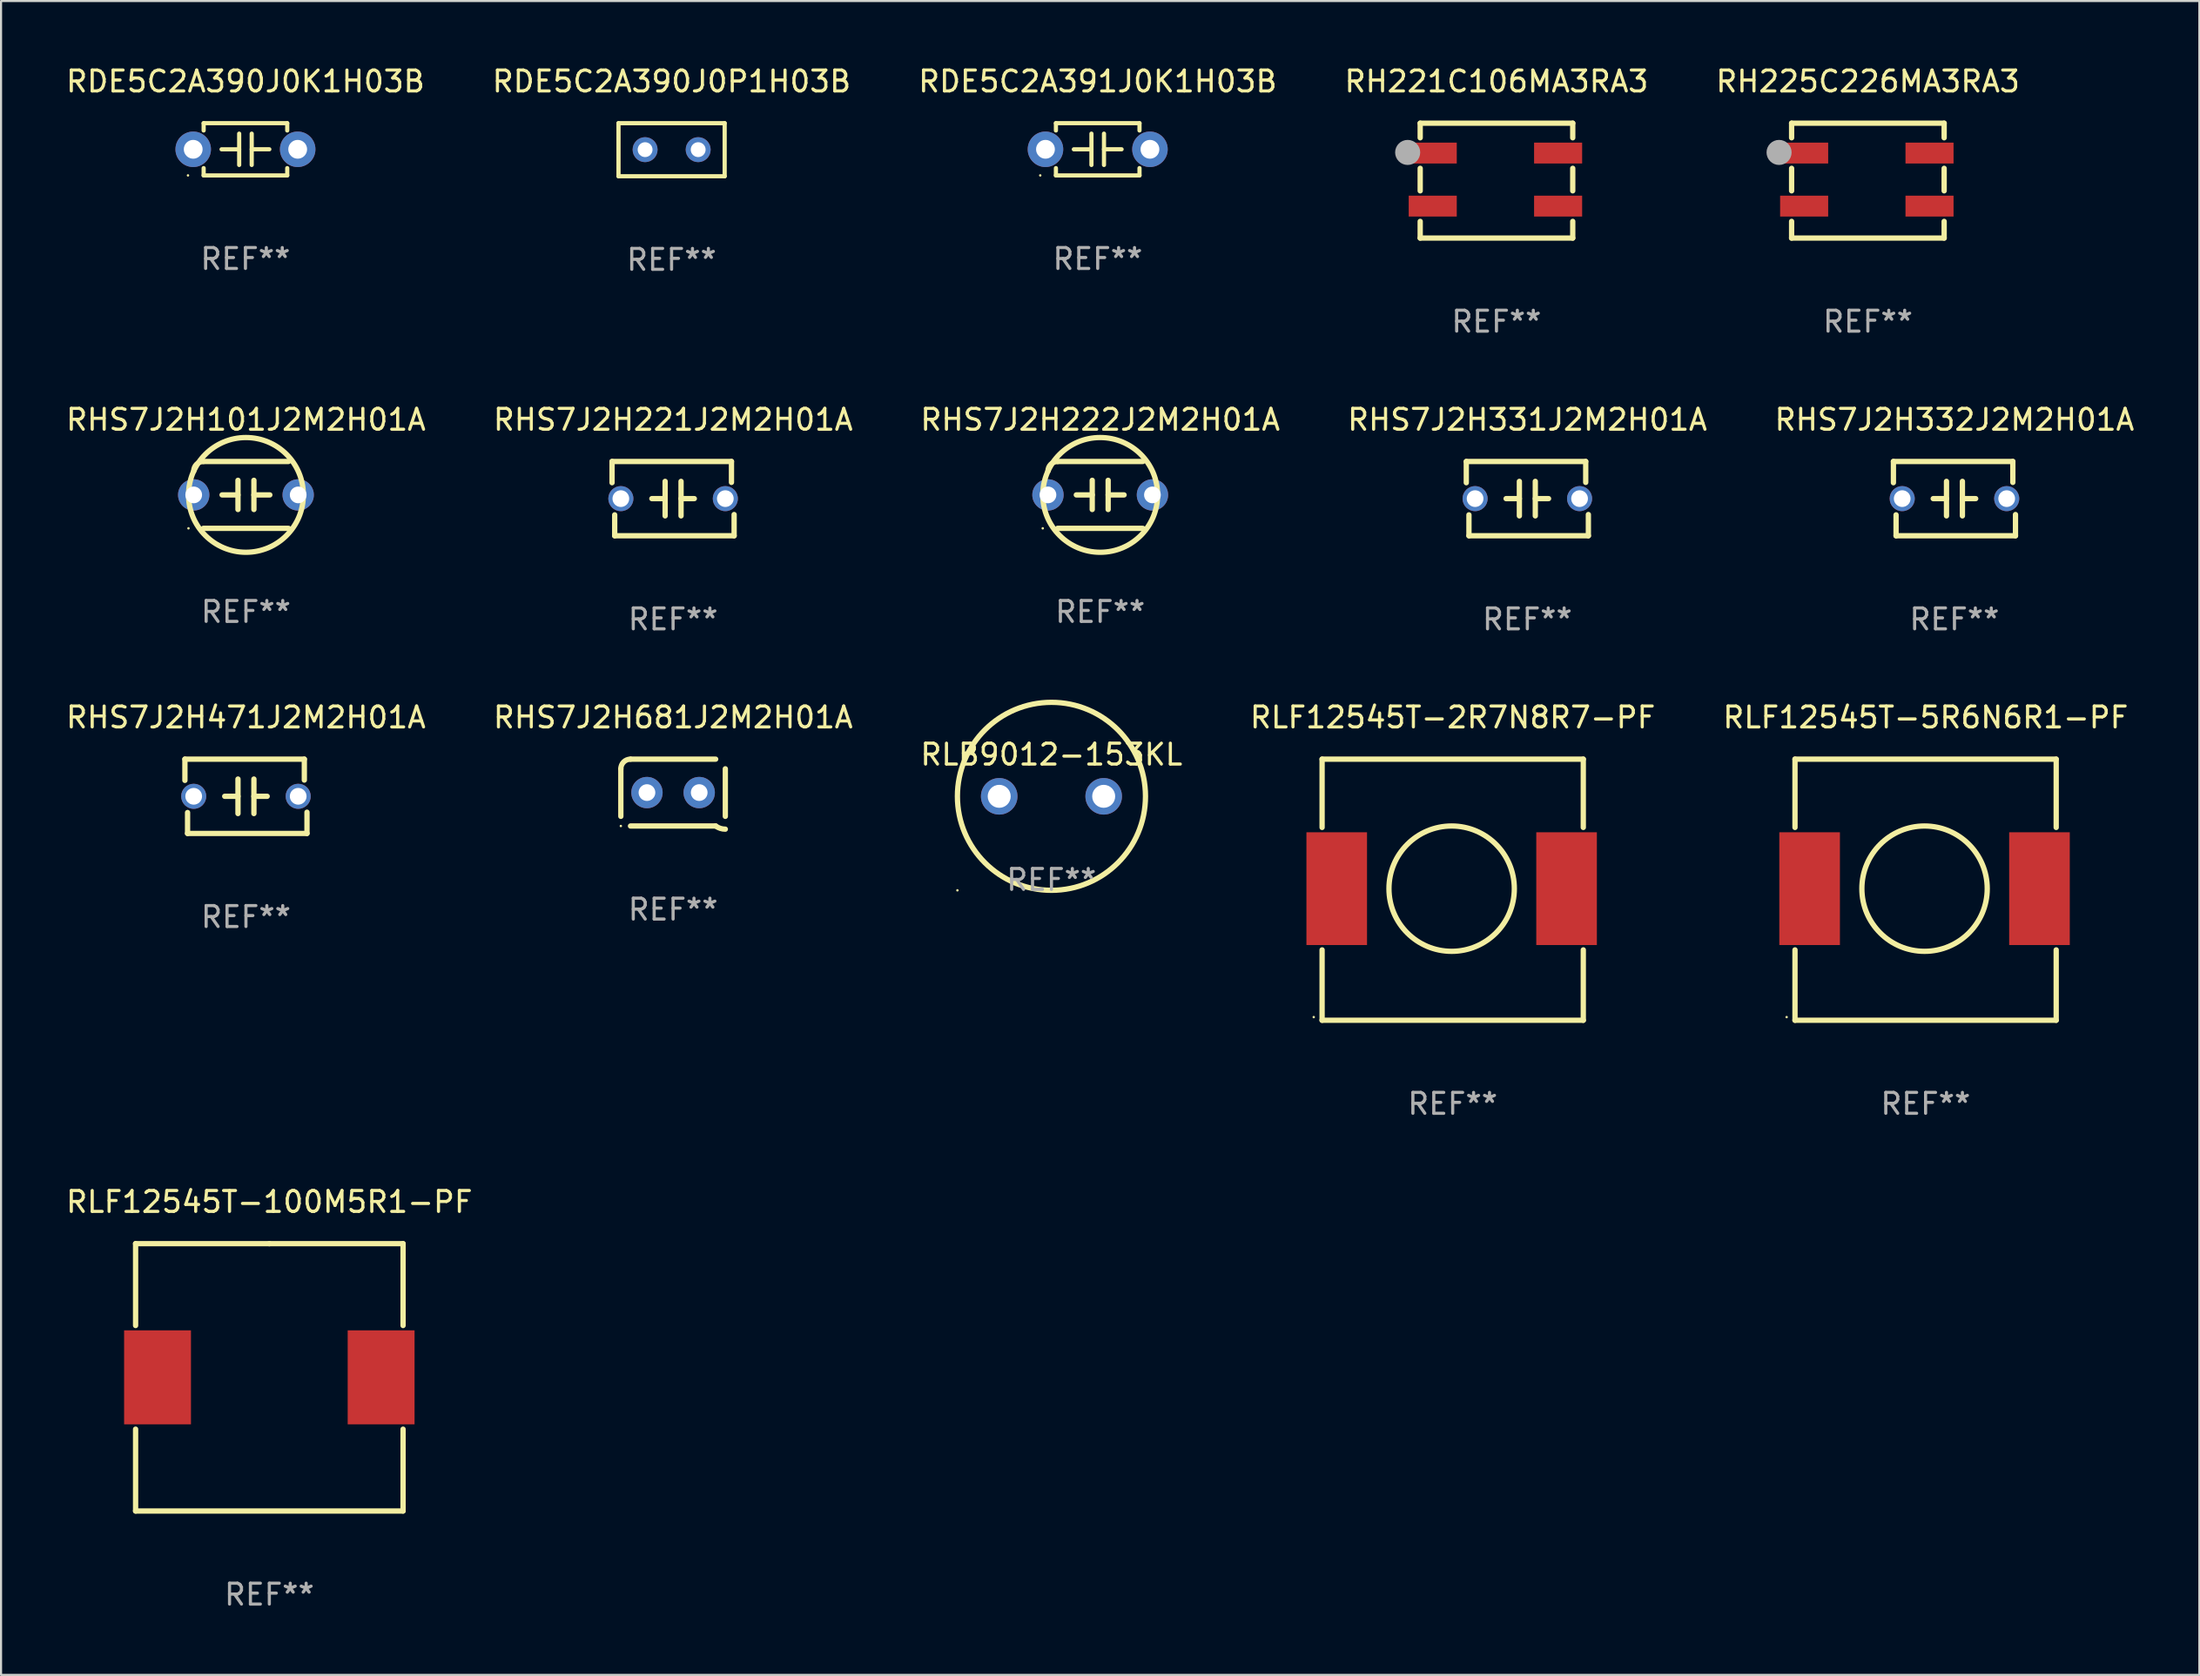
<source format=kicad_pcb>
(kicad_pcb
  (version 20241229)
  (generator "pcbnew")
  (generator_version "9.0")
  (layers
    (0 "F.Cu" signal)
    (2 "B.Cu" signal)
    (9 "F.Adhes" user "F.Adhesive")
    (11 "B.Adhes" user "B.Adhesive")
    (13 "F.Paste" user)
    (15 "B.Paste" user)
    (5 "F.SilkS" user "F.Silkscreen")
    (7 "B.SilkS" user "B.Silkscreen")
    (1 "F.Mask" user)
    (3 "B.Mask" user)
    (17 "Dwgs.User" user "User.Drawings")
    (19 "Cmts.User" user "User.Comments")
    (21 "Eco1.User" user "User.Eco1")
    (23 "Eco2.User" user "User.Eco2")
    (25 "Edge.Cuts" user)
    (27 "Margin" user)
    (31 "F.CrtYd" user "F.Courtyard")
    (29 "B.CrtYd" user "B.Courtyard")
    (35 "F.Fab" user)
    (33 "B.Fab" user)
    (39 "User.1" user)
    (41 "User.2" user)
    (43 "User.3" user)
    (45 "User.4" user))
  (footprint "RHS7J2H332J2M2H01A"
    (layer "F.Cu")
    (at 90.482 20.823)
    (property "Reference" "RHS7J2H332J2M2H01A" (at 0 -3.778 0) (layer "F.SilkS") (effects (font (size 1 1) (thickness 0.15))))
    (attr through_hole)
    (fp_line (start -2.921 -1.778) (end 2.794 -1.778) (stroke (width 0.254) (type solid)) (layer "F.SilkS"))
    (fp_line (start -2.921 -0.762) (end -2.921 -1.778) (stroke (width 0.254) (type solid)) (layer "F.SilkS"))
    (fp_line (start -2.794 1.778) (end -2.794 0.777) (stroke (width 0.254) (type solid)) (layer "F.SilkS"))
    (fp_line (start -0.381 0.000025) (end -1.016 0.000025) (stroke (width 0.254) (type solid)) (layer "F.SilkS"))
    (fp_line (start -0.381 0.826) (end -0.381 -0.826) (stroke (width 0.254) (type solid)) (layer "F.SilkS"))
    (fp_line (start 0.381 -0.826) (end 0.381 0.826) (stroke (width 0.254) (type solid)) (layer "F.SilkS"))
    (fp_line (start 0.381 -0.000025) (end 1.016 -0.000025) (stroke (width 0.254) (type solid)) (layer "F.SilkS"))
    (fp_line (start 2.794 -1.778) (end 2.794 -0.777) (stroke (width 0.254) (type solid)) (layer "F.SilkS"))
    (fp_line (start 2.921 0.762) (end 2.921 1.778) (stroke (width 0.254) (type solid)) (layer "F.SilkS"))
    (fp_line (start 2.921 1.778) (end -2.794 1.778) (stroke (width 0.254) (type solid)) (layer "F.SilkS"))
    (fp_circle (center -2.75 1.65) (end -2.72 1.65) (stroke (width 0.06) (type solid)) (fill no) (layer "F.SilkS"))
    (fp_text user "REF**" (at 0 5.778 0) (layer "F.Fab") (effects (font (size 1 1) (thickness 0.15))))
    (pad "1" thru_hole circle (at -2.5 0) (size 1.2 1.2) (drill 0.8) (layers "*.Cu" "*.Mask"))
    (pad "2" thru_hole circle (at 2.5 0) (size 1.2 1.2) (drill 0.8) (layers "*.Cu" "*.Mask")))
  (footprint "RHS7J2H471J2M2H01A"
    (layer "F.Cu")
    (at 8.72 35.075)
    (property "Reference" "RHS7J2H471J2M2H01A" (at 0 -3.778 0) (layer "F.SilkS") (effects (font (size 1 1) (thickness 0.15))))
    (attr through_hole)
    (fp_line (start -2.921 -1.778) (end 2.794 -1.778) (stroke (width 0.254) (type solid)) (layer "F.SilkS"))
    (fp_line (start -2.921 -0.762) (end -2.921 -1.778) (stroke (width 0.254) (type solid)) (layer "F.SilkS"))
    (fp_line (start -2.794 1.778) (end -2.794 0.777) (stroke (width 0.254) (type solid)) (layer "F.SilkS"))
    (fp_line (start -0.381 0.000025) (end -1.016 0.000025) (stroke (width 0.254) (type solid)) (layer "F.SilkS"))
    (fp_line (start -0.381 0.826) (end -0.381 -0.826) (stroke (width 0.254) (type solid)) (layer "F.SilkS"))
    (fp_line (start 0.381 -0.826) (end 0.381 0.826) (stroke (width 0.254) (type solid)) (layer "F.SilkS"))
    (fp_line (start 0.381 -0.000025) (end 1.016 -0.000025) (stroke (width 0.254) (type solid)) (layer "F.SilkS"))
    (fp_line (start 2.794 -1.778) (end 2.794 -0.777) (stroke (width 0.254) (type solid)) (layer "F.SilkS"))
    (fp_line (start 2.921 0.762) (end 2.921 1.778) (stroke (width 0.254) (type solid)) (layer "F.SilkS"))
    (fp_line (start 2.921 1.778) (end -2.794 1.778) (stroke (width 0.254) (type solid)) (layer "F.SilkS"))
    (fp_circle (center -2.75 1.65) (end -2.72 1.65) (stroke (width 0.06) (type solid)) (fill no) (layer "F.SilkS"))
    (fp_text user "REF**" (at 0 5.778 0) (layer "F.Fab") (effects (font (size 1 1) (thickness 0.15))))
    (pad "1" thru_hole circle (at -2.5 0) (size 1.2 1.2) (drill 0.8) (layers "*.Cu" "*.Mask"))
    (pad "2" thru_hole circle (at 2.5 0) (size 1.2 1.2) (drill 0.8) (layers "*.Cu" "*.Mask")))
  (footprint "RHS7J2H681J2M2H01A"
    (layer "F.Cu")
    (at 29.161 34.897)
    (property "Reference" "RHS7J2H681J2M2H01A" (at 0 -3.6 0) (layer "F.SilkS") (effects (font (size 1 1) (thickness 0.15))))
    (attr through_hole)
    (fp_line (start -2.5 1.138) (end -2.5 -1.138) (stroke (width 0.254) (type solid)) (layer "F.SilkS"))
    (fp_line (start -2.038 1.6) (end 2.038 1.6) (stroke (width 0.254) (type solid)) (layer "F.SilkS"))
    (fp_line (start 2.038 -1.6) (end -2.038 -1.6) (stroke (width 0.254) (type solid)) (layer "F.SilkS"))
    (fp_line (start 2.5 -1.138) (end 2.5 1.138) (stroke (width 0.254) (type solid)) (layer "F.SilkS"))
    (fp_arc (start -2.5 -1.137744) (mid -2.364601 -1.464626) (end -2.037719 -1.600025) (stroke (width 0.254001) (type solid)) (layer "F.SilkS"))
    (fp_arc (start -2.5 1.137719) (mid 2.500022 -1.137741) (end -2.5 1.137719) (stroke (width 0.254001) (type solid)) (layer "F.SilkS"))
    (fp_arc (start 2.5 1.751767) (mid 2.256726 1.712861) (end 2.037719 1.600025) (stroke (width 0.254001) (type solid)) (layer "F.SilkS"))
    (fp_circle (center -2.5 1.6) (end -2.47 1.6) (stroke (width 0.06) (type solid)) (fill no) (layer "F.SilkS"))
    (fp_text user "REF**" (at 0 5.6 0) (layer "F.Fab") (effects (font (size 1 1) (thickness 0.15))))
    (pad "1" thru_hole circle (at -1.25 -0.000076) (size 1.5 1.5) (drill 0.8) (layers "*.Cu" "*.Mask"))
    (pad "2" thru_hole circle (at 1.25 -0.000076) (size 1.5 1.5) (drill 0.8) (layers "*.Cu" "*.Mask")))
  (footprint "RH225C226MA3RA3"
    (layer "F.Cu")
    (at 86.339 5.598)
    (property "Reference" "RH225C226MA3RA3" (at 0 -4.75 0) (layer "F.SilkS") (effects (font (size 1 1) (thickness 0.15))))
    (attr through_hole)
    (fp_line (start -3.65 -2.75) (end -3.65 -2.051) (stroke (width 0.254) (type solid)) (layer "F.SilkS"))
    (fp_line (start -3.65 -0.589) (end -3.65 0.489) (stroke (width 0.254) (type solid)) (layer "F.SilkS"))
    (fp_line (start -3.65 1.951) (end -3.65 2.75) (stroke (width 0.254) (type solid)) (layer "F.SilkS"))
    (fp_line (start -3.65 2.75) (end 3.65 2.75) (stroke (width 0.254) (type solid)) (layer "F.SilkS"))
    (fp_line (start 3.65 -2.75) (end -3.65 -2.75) (stroke (width 0.254) (type solid)) (layer "F.SilkS"))
    (fp_line (start 3.65 -2.051) (end 3.65 -2.75) (stroke (width 0.254) (type solid)) (layer "F.SilkS"))
    (fp_line (start 3.65 0.489) (end 3.65 -0.589) (stroke (width 0.254) (type solid)) (layer "F.SilkS"))
    (fp_line (start 3.65 2.75) (end 3.65 1.951) (stroke (width 0.254) (type solid)) (layer "F.SilkS"))
    (fp_circle (center -3.65 -2.75) (end -3.62 -2.75) (stroke (width 0.06) (type solid)) (fill no) (layer "F.SilkS"))
    (fp_circle (center -4.25 -1.35) (end -3.95 -1.35) (stroke (width 0.6) (type solid)) (fill no) (layer "F.Fab"))
    (fp_text user "REF**" (at 0 6.75 0) (layer "F.Fab") (effects (font (size 1 1) (thickness 0.15))))
    (pad "1" smd rect (at -3.05 -1.32) (size 2.3 1) (layers "F.Cu" "F.Mask" "F.Paste"))
    (pad "2" smd rect (at -3.05 1.22) (size 2.3 1) (layers "F.Cu" "F.Mask" "F.Paste"))
    (pad "3" smd rect (at 2.95 1.22) (size 2.3 1) (layers "F.Cu" "F.Mask" "F.Paste"))
    (pad "4" smd rect (at 2.95 -1.32) (size 2.3 1) (layers "F.Cu" "F.Mask" "F.Paste")))
  (footprint "RLF12545T-5R6N6R1-PF"
    (layer "F.Cu")
    (at 89.101 39.547)
    (property "Reference" "RLF12545T-5R6N6R1-PF" (at 0 -8.25 0) (layer "F.SilkS") (effects (font (size 1 1) (thickness 0.15))))
    (attr through_hole)
    (fp_line (start -6.25 -6.25) (end 6.25 -6.25) (stroke (width 0.254) (type solid)) (layer "F.SilkS"))
    (fp_line (start -6.25 -2.981) (end -6.25 -6.25) (stroke (width 0.254) (type solid)) (layer "F.SilkS"))
    (fp_line (start -6.25 6.25) (end -6.25 2.881) (stroke (width 0.254) (type solid)) (layer "F.SilkS"))
    (fp_line (start 6.25 -6.25) (end 6.25 -2.981) (stroke (width 0.254) (type solid)) (layer "F.SilkS"))
    (fp_line (start 6.25 2.881) (end 6.25 6.25) (stroke (width 0.254) (type solid)) (layer "F.SilkS"))
    (fp_line (start 6.25 6.25) (end -6.25 6.25) (stroke (width 0.254) (type solid)) (layer "F.SilkS"))
    (fp_circle (center -6.65 6.1) (end -6.62 6.1) (stroke (width 0.06) (type solid)) (fill no) (layer "F.SilkS"))
    (fp_circle (center -0.05 -0.05) (end 2.95 -0.05) (stroke (width 0.254) (type solid)) (fill no) (layer "F.SilkS"))
    (fp_text user "REF**" (at 0 10.25 0) (layer "F.Fab") (effects (font (size 1 1) (thickness 0.15))))
    (pad "1" smd rect (at -5.55 -0.05 90) (size 5.4 2.9) (layers "F.Cu" "F.Mask" "F.Paste"))
    (pad "2" smd rect (at 5.45 -0.05 90) (size 5.4 2.9) (layers "F.Cu" "F.Mask" "F.Paste")))
  (footprint "RHS7J2H221J2M2H01A"
    (layer "F.Cu")
    (at 29.161 20.823)
    (property "Reference" "RHS7J2H221J2M2H01A" (at 0 -3.778 0) (layer "F.SilkS") (effects (font (size 1 1) (thickness 0.15))))
    (attr through_hole)
    (fp_line (start -2.921 -1.778) (end 2.794 -1.778) (stroke (width 0.254) (type solid)) (layer "F.SilkS"))
    (fp_line (start -2.921 -0.762) (end -2.921 -1.778) (stroke (width 0.254) (type solid)) (layer "F.SilkS"))
    (fp_line (start -2.794 1.778) (end -2.794 0.777) (stroke (width 0.254) (type solid)) (layer "F.SilkS"))
    (fp_line (start -0.381 0.000025) (end -1.016 0.000025) (stroke (width 0.254) (type solid)) (layer "F.SilkS"))
    (fp_line (start -0.381 0.826) (end -0.381 -0.826) (stroke (width 0.254) (type solid)) (layer "F.SilkS"))
    (fp_line (start 0.381 -0.826) (end 0.381 0.826) (stroke (width 0.254) (type solid)) (layer "F.SilkS"))
    (fp_line (start 0.381 -0.000025) (end 1.016 -0.000025) (stroke (width 0.254) (type solid)) (layer "F.SilkS"))
    (fp_line (start 2.794 -1.778) (end 2.794 -0.777) (stroke (width 0.254) (type solid)) (layer "F.SilkS"))
    (fp_line (start 2.921 0.762) (end 2.921 1.778) (stroke (width 0.254) (type solid)) (layer "F.SilkS"))
    (fp_line (start 2.921 1.778) (end -2.794 1.778) (stroke (width 0.254) (type solid)) (layer "F.SilkS"))
    (fp_circle (center -2.75 1.65) (end -2.72 1.65) (stroke (width 0.06) (type solid)) (fill no) (layer "F.SilkS"))
    (fp_text user "REF**" (at 0 5.778 0) (layer "F.Fab") (effects (font (size 1 1) (thickness 0.15))))
    (pad "1" thru_hole circle (at -2.5 0) (size 1.2 1.2) (drill 0.8) (layers "*.Cu" "*.Mask"))
    (pad "2" thru_hole circle (at 2.5 0) (size 1.2 1.2) (drill 0.8) (layers "*.Cu" "*.Mask")))
  (footprint "RDE5C2A391J0K1H03B"
    (layer "F.Cu")
    (at 49.482 4.098)
    (property "Reference" "RDE5C2A391J0K1H03B" (at 0 -3.25 0) (layer "F.SilkS") (effects (font (size 1 1) (thickness 0.15))))
    (attr through_hole)
    (fp_line (start -2 -1.25) (end -2 -0.901) (stroke (width 0.2) (type solid)) (layer "F.SilkS"))
    (fp_line (start -2 -1.25) (end 2 -1.25) (stroke (width 0.2) (type solid)) (layer "F.SilkS"))
    (fp_line (start -2 0.901) (end -2 1.25) (stroke (width 0.2) (type solid)) (layer "F.SilkS"))
    (fp_line (start -0.3 -0.75) (end -0.3 0.75) (stroke (width 0.2) (type solid)) (layer "F.SilkS"))
    (fp_line (start -0.3 0.001) (end -1.143 0.001) (stroke (width 0.2) (type solid)) (layer "F.SilkS"))
    (fp_line (start 0.3 -0.001) (end 1.143 -0.001) (stroke (width 0.2) (type solid)) (layer "F.SilkS"))
    (fp_line (start 0.3 0.75) (end 0.3 -0.75) (stroke (width 0.2) (type solid)) (layer "F.SilkS"))
    (fp_line (start 2 -1.25) (end 2 -0.901) (stroke (width 0.2) (type solid)) (layer "F.SilkS"))
    (fp_line (start 2 0.901) (end 2 1.25) (stroke (width 0.2) (type solid)) (layer "F.SilkS"))
    (fp_line (start 2 1.25) (end -2 1.25) (stroke (width 0.2) (type solid)) (layer "F.SilkS"))
    (fp_circle (center -2.75 1.25) (end -2.72 1.25) (stroke (width 0.06) (type solid)) (fill no) (layer "F.SilkS"))
    (fp_text user "REF**" (at 0 5.25 0) (layer "F.Fab") (effects (font (size 1 1) (thickness 0.15))))
    (pad "1" thru_hole circle (at -2.5 0) (size 1.7 1.7) (drill 0.9) (layers "*.Cu" "*.Mask"))
    (pad "2" thru_hole circle (at 2.5 0) (size 1.7 1.7) (drill 0.9) (layers "*.Cu" "*.Mask")))
  (footprint "RDE5C2A390J0K1H03B"
    (layer "F.Cu")
    (at 8.696 4.098)
    (property "Reference" "RDE5C2A390J0K1H03B" (at 0 -3.25 0) (layer "F.SilkS") (effects (font (size 1 1) (thickness 0.15))))
    (attr through_hole)
    (fp_line (start -2 -1.25) (end -2 -0.901) (stroke (width 0.2) (type solid)) (layer "F.SilkS"))
    (fp_line (start -2 -1.25) (end 2 -1.25) (stroke (width 0.2) (type solid)) (layer "F.SilkS"))
    (fp_line (start -2 0.901) (end -2 1.25) (stroke (width 0.2) (type solid)) (layer "F.SilkS"))
    (fp_line (start -0.3 -0.75) (end -0.3 0.75) (stroke (width 0.2) (type solid)) (layer "F.SilkS"))
    (fp_line (start -0.3 0.001) (end -1.143 0.001) (stroke (width 0.2) (type solid)) (layer "F.SilkS"))
    (fp_line (start 0.3 -0.001) (end 1.143 -0.001) (stroke (width 0.2) (type solid)) (layer "F.SilkS"))
    (fp_line (start 0.3 0.75) (end 0.3 -0.75) (stroke (width 0.2) (type solid)) (layer "F.SilkS"))
    (fp_line (start 2 -1.25) (end 2 -0.901) (stroke (width 0.2) (type solid)) (layer "F.SilkS"))
    (fp_line (start 2 0.901) (end 2 1.25) (stroke (width 0.2) (type solid)) (layer "F.SilkS"))
    (fp_line (start 2 1.25) (end -2 1.25) (stroke (width 0.2) (type solid)) (layer "F.SilkS"))
    (fp_circle (center -2.75 1.25) (end -2.72 1.25) (stroke (width 0.06) (type solid)) (fill no) (layer "F.SilkS"))
    (fp_text user "REF**" (at 0 5.25 0) (layer "F.Fab") (effects (font (size 1 1) (thickness 0.15))))
    (pad "1" thru_hole circle (at -2.5 0) (size 1.7 1.7) (drill 0.9) (layers "*.Cu" "*.Mask"))
    (pad "2" thru_hole circle (at 2.5 0) (size 1.7 1.7) (drill 0.9) (layers "*.Cu" "*.Mask")))
  (footprint "RHS7J2H101J2M2H01A"
    (layer "F.Cu")
    (at 8.72 20.645)
    (property "Reference" "RHS7J2H101J2M2H01A" (at 0 -3.6 0) (layer "F.SilkS") (effects (font (size 1 1) (thickness 0.15))))
    (attr through_hole)
    (fp_line (start -2.038 1.6) (end 2.038 1.6) (stroke (width 0.254) (type solid)) (layer "F.SilkS"))
    (fp_line (start -1.143 0) (end -0.381 0) (stroke (width 0.254) (type solid)) (layer "F.SilkS"))
    (fp_line (start -0.381 -0.699) (end -0.381 0.699) (stroke (width 0.254) (type solid)) (layer "F.SilkS"))
    (fp_line (start 0.381 -0.699) (end 0.381 0.699) (stroke (width 0.254) (type solid)) (layer "F.SilkS"))
    (fp_line (start 1.143 0) (end 0.381 0) (stroke (width 0.254) (type solid)) (layer "F.SilkS"))
    (fp_line (start 2.038 -1.6) (end -2.038 -1.6) (stroke (width 0.254) (type solid)) (layer "F.SilkS"))
    (fp_arc (start -2.500127 -1.137744) (mid -2.364728 -1.464626) (end -2.037846 -1.600025) (stroke (width 0.254001) (type solid)) (layer "F.SilkS"))
    (fp_arc (start -2.500127 1.137719) (mid 2.500149 -1.137741) (end -2.500127 1.137719) (stroke (width 0.254001) (type solid)) (layer "F.SilkS"))
    (fp_circle (center -2.75 1.6) (end -2.72 1.6) (stroke (width 0.06) (type solid)) (fill no) (layer "F.SilkS"))
    (fp_text user "REF**" (at 0 5.6 0) (layer "F.Fab") (effects (font (size 1 1) (thickness 0.15))))
    (pad "1" thru_hole circle (at -2.5 0) (size 1.5 1.5) (drill 0.8) (layers "*.Cu" "*.Mask"))
    (pad "2" thru_hole circle (at 2.5 0) (size 1.5 1.5) (drill 0.8) (layers "*.Cu" "*.Mask")))
  (footprint "RHS7J2H222J2M2H01A"
    (layer "F.Cu")
    (at 49.601 20.645)
    (property "Reference" "RHS7J2H222J2M2H01A" (at 0 -3.6 0) (layer "F.SilkS") (effects (font (size 1 1) (thickness 0.15))))
    (attr through_hole)
    (fp_line (start -2.038 1.6) (end 2.038 1.6) (stroke (width 0.254) (type solid)) (layer "F.SilkS"))
    (fp_line (start -1.143 0) (end -0.381 0) (stroke (width 0.254) (type solid)) (layer "F.SilkS"))
    (fp_line (start -0.381 -0.699) (end -0.381 0.699) (stroke (width 0.254) (type solid)) (layer "F.SilkS"))
    (fp_line (start 0.381 -0.699) (end 0.381 0.699) (stroke (width 0.254) (type solid)) (layer "F.SilkS"))
    (fp_line (start 1.143 0) (end 0.381 0) (stroke (width 0.254) (type solid)) (layer "F.SilkS"))
    (fp_line (start 2.038 -1.6) (end -2.038 -1.6) (stroke (width 0.254) (type solid)) (layer "F.SilkS"))
    (fp_arc (start -2.500127 -1.137744) (mid -2.364728 -1.464626) (end -2.037846 -1.600025) (stroke (width 0.254001) (type solid)) (layer "F.SilkS"))
    (fp_arc (start -2.500127 1.137719) (mid 2.500149 -1.137741) (end -2.500127 1.137719) (stroke (width 0.254001) (type solid)) (layer "F.SilkS"))
    (fp_circle (center -2.75 1.6) (end -2.72 1.6) (stroke (width 0.06) (type solid)) (fill no) (layer "F.SilkS"))
    (fp_text user "REF**" (at 0 5.6 0) (layer "F.Fab") (effects (font (size 1 1) (thickness 0.15))))
    (pad "1" thru_hole circle (at -2.5 0) (size 1.5 1.5) (drill 0.8) (layers "*.Cu" "*.Mask"))
    (pad "2" thru_hole circle (at 2.5 0) (size 1.5 1.5) (drill 0.8) (layers "*.Cu" "*.Mask")))
  (footprint "RDE5C2A390J0P1H03B"
    (layer "F.Cu")
    (at 29.089 4.118)
    (property "Reference" "RDE5C2A390J0P1H03B" (at 0 -3.27 0) (layer "F.SilkS") (effects (font (size 1 1) (thickness 0.15))))
    (attr through_hole)
    (fp_line (start -2.54 -1.27) (end -2.54 1.27) (stroke (width 0.201) (type solid)) (layer "F.SilkS"))
    (fp_line (start -2.54 1.27) (end 2.54 1.27) (stroke (width 0.201) (type solid)) (layer "F.SilkS"))
    (fp_line (start 2.54 -1.27) (end -2.54 -1.27) (stroke (width 0.201) (type solid)) (layer "F.SilkS"))
    (fp_line (start 2.54 1.27) (end 2.54 -1.27) (stroke (width 0.201) (type solid)) (layer "F.SilkS"))
    (fp_circle (center -2.497 1.247) (end -2.467 1.247) (stroke (width 0.06) (type solid)) (fill no) (layer "F.SilkS"))
    (fp_text user "REF**" (at 0 5.27 0) (layer "F.Fab") (effects (font (size 1 1) (thickness 0.15))))
    (pad "1" thru_hole circle (at -1.267 -0.003) (size 1.194 1.194) (drill 0.711) (layers "*.Cu" "*.Mask"))
    (pad "2" thru_hole circle (at 1.273 -0.003) (size 1.194 1.194) (drill 0.711) (layers "*.Cu" "*.Mask")))
  (footprint "RLF12545T-100M5R1-PF"
    (layer "F.Cu")
    (at 9.839 62.894)
    (property "Reference" "RLF12545T-100M5R1-PF" (at 0 -8.4 0) (layer "F.SilkS") (effects (font (size 1 1) (thickness 0.15))))
    (attr through_hole)
    (fp_line (start -6.4 -6.4) (end -6.4 -2.481) (stroke (width 0.254) (type solid)) (layer "F.SilkS"))
    (fp_line (start -6.4 2.481) (end -6.4 6.4) (stroke (width 0.254) (type solid)) (layer "F.SilkS"))
    (fp_line (start -6.4 6.4) (end 6.4 6.4) (stroke (width 0.254) (type solid)) (layer "F.SilkS"))
    (fp_line (start 0 -6.4) (end -6.4 -6.4) (stroke (width 0.254) (type solid)) (layer "F.SilkS"))
    (fp_line (start 6.4 -6.4) (end 0 -6.4) (stroke (width 0.254) (type solid)) (layer "F.SilkS"))
    (fp_line (start 6.4 -2.481) (end 6.4 -6.4) (stroke (width 0.254) (type solid)) (layer "F.SilkS"))
    (fp_line (start 6.4 6.4) (end 6.4 2.481) (stroke (width 0.254) (type solid)) (layer "F.SilkS"))
    (fp_circle (center -6.4 6.25) (end -6.37 6.25) (stroke (width 0.06) (type solid)) (fill no) (layer "F.SilkS"))
    (fp_text user "REF**" (at 0 10.4 0) (layer "F.Fab") (effects (font (size 1 1) (thickness 0.15))))
    (pad "1" smd rect (at -5.35 0 90) (size 4.5 3.2) (layers "F.Cu" "F.Mask" "F.Paste"))
    (pad "2" smd rect (at 5.35 0 90) (size 4.5 3.2) (layers "F.Cu" "F.Mask" "F.Paste")))
  (footprint "RLF12545T-2R7N8R7-PF"
    (layer "F.Cu")
    (at 66.47 39.547)
    (property "Reference" "RLF12545T-2R7N8R7-PF" (at 0 -8.25 0) (layer "F.SilkS") (effects (font (size 1 1) (thickness 0.15))))
    (attr through_hole)
    (fp_line (start -6.25 -6.25) (end 6.25 -6.25) (stroke (width 0.254) (type solid)) (layer "F.SilkS"))
    (fp_line (start -6.25 -2.981) (end -6.25 -6.25) (stroke (width 0.254) (type solid)) (layer "F.SilkS"))
    (fp_line (start -6.25 6.25) (end -6.25 2.881) (stroke (width 0.254) (type solid)) (layer "F.SilkS"))
    (fp_line (start 6.25 -6.25) (end 6.25 -2.981) (stroke (width 0.254) (type solid)) (layer "F.SilkS"))
    (fp_line (start 6.25 2.881) (end 6.25 6.25) (stroke (width 0.254) (type solid)) (layer "F.SilkS"))
    (fp_line (start 6.25 6.25) (end -6.25 6.25) (stroke (width 0.254) (type solid)) (layer "F.SilkS"))
    (fp_circle (center -6.65 6.1) (end -6.62 6.1) (stroke (width 0.06) (type solid)) (fill no) (layer "F.SilkS"))
    (fp_circle (center -0.05 -0.05) (end 2.95 -0.05) (stroke (width 0.254) (type solid)) (fill no) (layer "F.SilkS"))
    (fp_text user "REF**" (at 0 10.25 0) (layer "F.Fab") (effects (font (size 1 1) (thickness 0.15))))
    (pad "1" smd rect (at -5.55 -0.05 90) (size 5.4 2.9) (layers "F.Cu" "F.Mask" "F.Paste"))
    (pad "2" smd rect (at 5.45 -0.05 90) (size 5.4 2.9) (layers "F.Cu" "F.Mask" "F.Paste")))
  (footprint "RH221C106MA3RA3"
    (layer "F.Cu")
    (at 68.565 5.598)
    (property "Reference" "RH221C106MA3RA3" (at 0 -4.75 0) (layer "F.SilkS") (effects (font (size 1 1) (thickness 0.15))))
    (attr through_hole)
    (fp_line (start -3.65 -2.75) (end -3.65 -2.051) (stroke (width 0.254) (type solid)) (layer "F.SilkS"))
    (fp_line (start -3.65 -0.589) (end -3.65 0.489) (stroke (width 0.254) (type solid)) (layer "F.SilkS"))
    (fp_line (start -3.65 1.951) (end -3.65 2.75) (stroke (width 0.254) (type solid)) (layer "F.SilkS"))
    (fp_line (start -3.65 2.75) (end 3.65 2.75) (stroke (width 0.254) (type solid)) (layer "F.SilkS"))
    (fp_line (start 3.65 -2.75) (end -3.65 -2.75) (stroke (width 0.254) (type solid)) (layer "F.SilkS"))
    (fp_line (start 3.65 -2.051) (end 3.65 -2.75) (stroke (width 0.254) (type solid)) (layer "F.SilkS"))
    (fp_line (start 3.65 0.489) (end 3.65 -0.589) (stroke (width 0.254) (type solid)) (layer "F.SilkS"))
    (fp_line (start 3.65 2.75) (end 3.65 1.951) (stroke (width 0.254) (type solid)) (layer "F.SilkS"))
    (fp_circle (center -3.65 -2.75) (end -3.62 -2.75) (stroke (width 0.06) (type solid)) (fill no) (layer "F.SilkS"))
    (fp_circle (center -4.25 -1.35) (end -3.95 -1.35) (stroke (width 0.6) (type solid)) (fill no) (layer "F.Fab"))
    (fp_text user "REF**" (at 0 6.75 0) (layer "F.Fab") (effects (font (size 1 1) (thickness 0.15))))
    (pad "1" smd rect (at -3.05 -1.32) (size 2.3 1) (layers "F.Cu" "F.Mask" "F.Paste"))
    (pad "2" smd rect (at -3.05 1.22) (size 2.3 1) (layers "F.Cu" "F.Mask" "F.Paste"))
    (pad "3" smd rect (at 2.95 1.22) (size 2.3 1) (layers "F.Cu" "F.Mask" "F.Paste"))
    (pad "4" smd rect (at 2.95 -1.32) (size 2.3 1) (layers "F.Cu" "F.Mask" "F.Paste")))
  (footprint "RLB9012-153KL"
    (layer "F.Cu")
    (at 47.268 35.076)
    (property "Reference" "RLB9012-153KL" (at 0 -2 0) (layer "F.SilkS") (effects (font (size 1 1) (thickness 0.15))))
    (attr through_hole)
    (fp_circle (center -4.5 4.501) (end -4.47 4.501) (stroke (width 0.06) (type solid)) (fill no) (layer "F.SilkS"))
    (fp_circle (center 0 0) (end 4.5 0) (stroke (width 0.254) (type solid)) (fill no) (layer "F.SilkS"))
    (fp_text user "REF**" (at 0 4 0) (layer "F.Fab") (effects (font (size 1 1) (thickness 0.15))))
    (pad "1" thru_hole circle (at -2.5 0) (size 1.75 1.75) (drill 1.1) (layers "*.Cu" "*.Mask"))
    (pad "2" thru_hole circle (at 2.5 0) (size 1.75 1.75) (drill 1.1) (layers "*.Cu" "*.Mask")))
  (footprint "RHS7J2H331J2M2H01A"
    (layer "F.Cu")
    (at 70.042 20.823)
    (property "Reference" "RHS7J2H331J2M2H01A" (at 0 -3.778 0) (layer "F.SilkS") (effects (font (size 1 1) (thickness 0.15))))
    (attr through_hole)
    (fp_line (start -2.921 -1.778) (end 2.794 -1.778) (stroke (width 0.254) (type solid)) (layer "F.SilkS"))
    (fp_line (start -2.921 -0.762) (end -2.921 -1.778) (stroke (width 0.254) (type solid)) (layer "F.SilkS"))
    (fp_line (start -2.794 1.778) (end -2.794 0.777) (stroke (width 0.254) (type solid)) (layer "F.SilkS"))
    (fp_line (start -0.381 0.000025) (end -1.016 0.000025) (stroke (width 0.254) (type solid)) (layer "F.SilkS"))
    (fp_line (start -0.381 0.826) (end -0.381 -0.826) (stroke (width 0.254) (type solid)) (layer "F.SilkS"))
    (fp_line (start 0.381 -0.826) (end 0.381 0.826) (stroke (width 0.254) (type solid)) (layer "F.SilkS"))
    (fp_line (start 0.381 -0.000025) (end 1.016 -0.000025) (stroke (width 0.254) (type solid)) (layer "F.SilkS"))
    (fp_line (start 2.794 -1.778) (end 2.794 -0.777) (stroke (width 0.254) (type solid)) (layer "F.SilkS"))
    (fp_line (start 2.921 0.762) (end 2.921 1.778) (stroke (width 0.254) (type solid)) (layer "F.SilkS"))
    (fp_line (start 2.921 1.778) (end -2.794 1.778) (stroke (width 0.254) (type solid)) (layer "F.SilkS"))
    (fp_circle (center -2.75 1.65) (end -2.72 1.65) (stroke (width 0.06) (type solid)) (fill no) (layer "F.SilkS"))
    (fp_text user "REF**" (at 0 5.778 0) (layer "F.Fab") (effects (font (size 1 1) (thickness 0.15))))
    (pad "1" thru_hole circle (at -2.5 0) (size 1.2 1.2) (drill 0.8) (layers "*.Cu" "*.Mask"))
    (pad "2" thru_hole circle (at 2.5 0) (size 1.2 1.2) (drill 0.8) (layers "*.Cu" "*.Mask")))
  (gr_rect
    (start -3 -3)
    (end 102.202 77.142)
    (stroke (width 0.1) (type default))
    (fill no)
    (layer "Edge.Cuts")))
</source>
